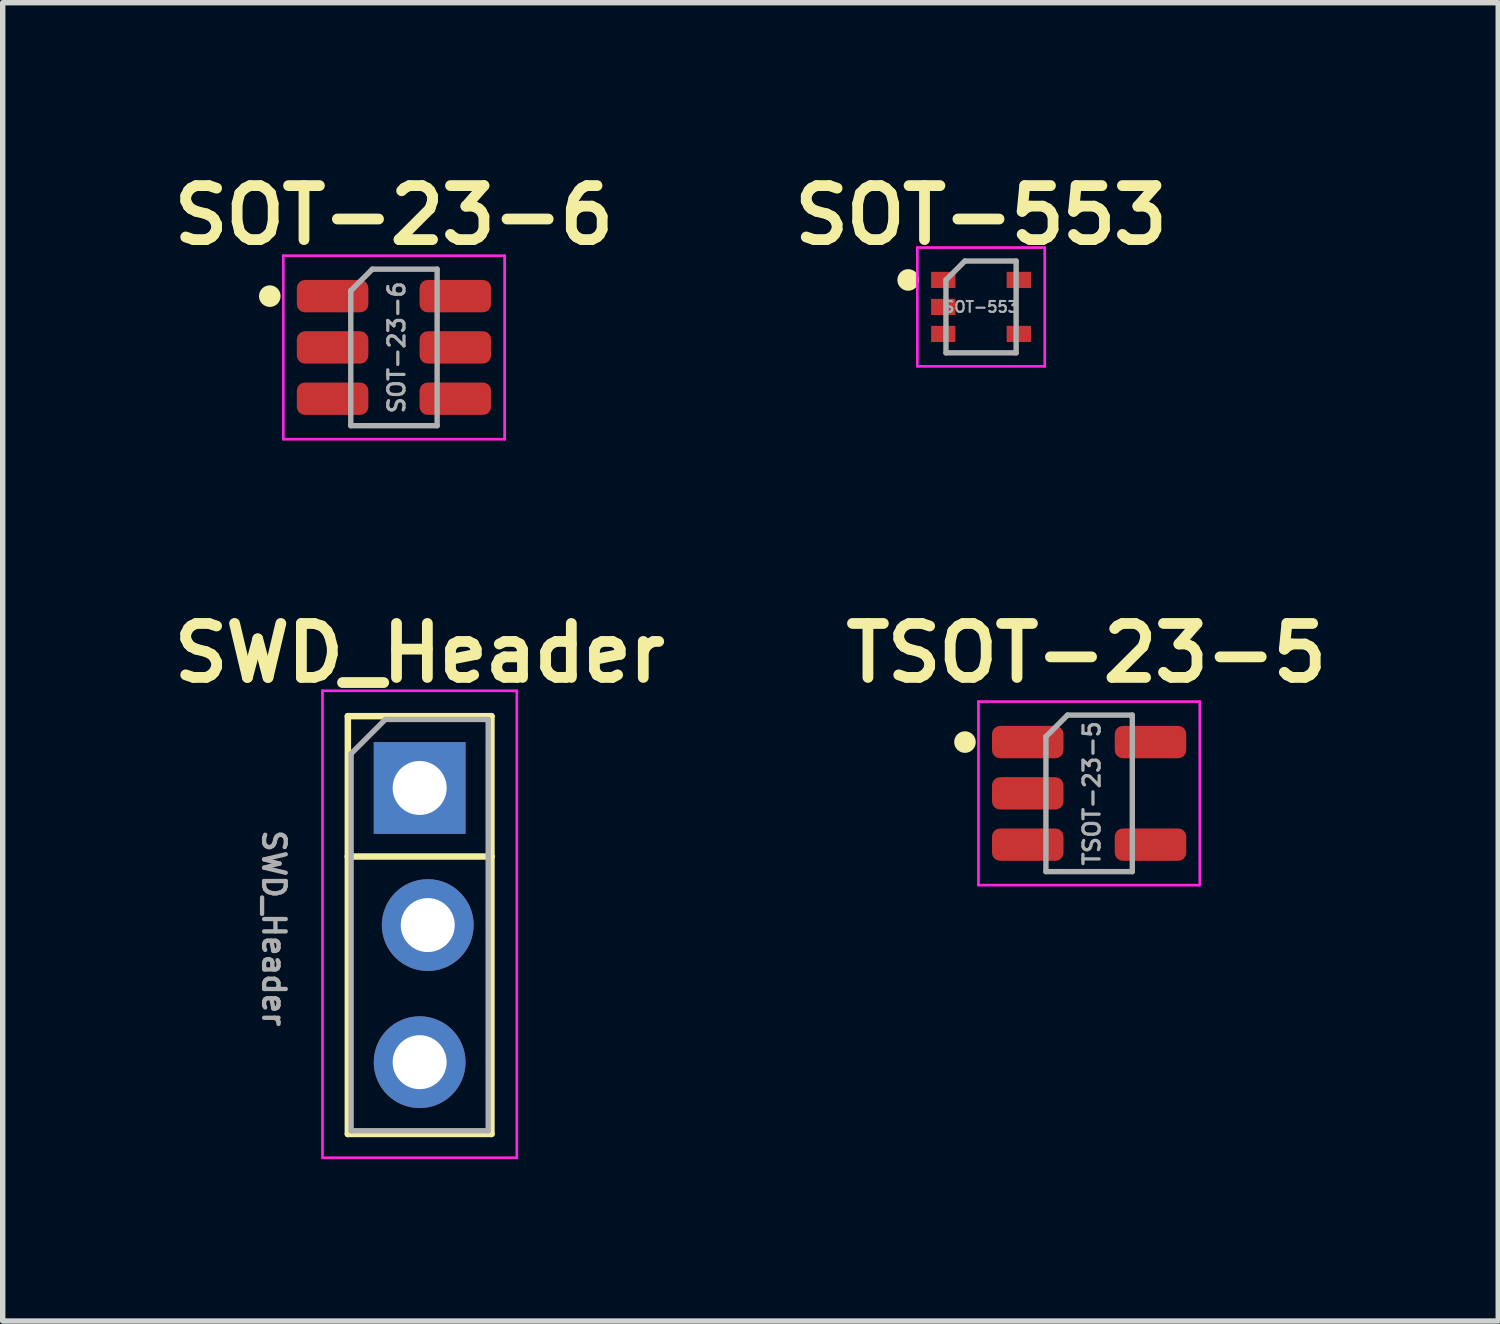
<source format=kicad_pcb>
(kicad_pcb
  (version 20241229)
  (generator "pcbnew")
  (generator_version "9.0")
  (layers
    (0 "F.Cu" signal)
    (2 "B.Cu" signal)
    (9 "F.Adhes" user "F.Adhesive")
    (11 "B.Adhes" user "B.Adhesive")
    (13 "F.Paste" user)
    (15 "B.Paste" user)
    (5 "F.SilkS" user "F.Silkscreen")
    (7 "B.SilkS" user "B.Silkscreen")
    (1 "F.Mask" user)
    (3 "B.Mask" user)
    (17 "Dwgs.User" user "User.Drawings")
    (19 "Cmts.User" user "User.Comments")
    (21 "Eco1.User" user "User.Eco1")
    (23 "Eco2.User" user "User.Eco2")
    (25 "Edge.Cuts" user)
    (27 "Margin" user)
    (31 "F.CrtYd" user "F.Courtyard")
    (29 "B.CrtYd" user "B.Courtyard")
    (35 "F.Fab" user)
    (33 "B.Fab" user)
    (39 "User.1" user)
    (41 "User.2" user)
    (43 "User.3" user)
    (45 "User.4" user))
  (footprint "SWD_Header"
    (layer "F.Cu")
    (at 4.724 11.547)
    (property "Reference" "SWD_Header" (at 0 -2.5 0) (unlocked yes) (layer "F.SilkS") (effects (font (size 1 1) (thickness 0.2))))
    (attr through_hole)
    (fp_line (start -1.33 -1.33) (end -1.33 1.27) (stroke (width 0.12) (type solid)) (layer "F.SilkS"))
    (fp_line (start -1.33 -1.33) (end 1.33 -1.33) (stroke (width 0.12) (type solid)) (layer "F.SilkS"))
    (fp_line (start -1.33 1.27) (end -1.33 6.41) (stroke (width 0.12) (type solid)) (layer "F.SilkS"))
    (fp_line (start -1.33 1.27) (end 1.33 1.27) (stroke (width 0.12) (type solid)) (layer "F.SilkS"))
    (fp_line (start -1.33 6.41) (end 1.33 6.41) (stroke (width 0.12) (type solid)) (layer "F.SilkS"))
    (fp_line (start 1.33 1.27) (end 1.33 -1.33) (stroke (width 0.12) (type solid)) (layer "F.SilkS"))
    (fp_line (start 1.33 1.27) (end 1.33 6.41) (stroke (width 0.12) (type solid)) (layer "F.SilkS"))
    (fp_line (start -1.8 -1.8) (end -1.8 6.85) (stroke (width 0.05) (type solid)) (layer "F.CrtYd"))
    (fp_line (start -1.8 6.85) (end 1.8 6.85) (stroke (width 0.05) (type solid)) (layer "F.CrtYd"))
    (fp_line (start 1.8 -1.8) (end -1.8 -1.8) (stroke (width 0.05) (type solid)) (layer "F.CrtYd"))
    (fp_line (start 1.8 6.85) (end 1.8 -1.8) (stroke (width 0.05) (type solid)) (layer "F.CrtYd"))
    (fp_line (start -1.27 -0.635) (end -0.635 -1.27) (stroke (width 0.1) (type solid)) (layer "F.Fab"))
    (fp_line (start -1.27 6.35) (end -1.27 -0.635) (stroke (width 0.1) (type solid)) (layer "F.Fab"))
    (fp_line (start -0.635 -1.27) (end 1.27 -1.27) (stroke (width 0.1) (type solid)) (layer "F.Fab"))
    (fp_line (start 1.27 -1.27) (end 1.27 6.35) (stroke (width 0.1) (type solid)) (layer "F.Fab"))
    (fp_line (start 1.27 6.35) (end -1.27 6.35) (stroke (width 0.1) (type solid)) (layer "F.Fab"))
    (fp_text user "${REFERENCE}" (at -2.7 2.6 270) (unlocked yes) (layer "F.Fab") (effects (font (size 0.4 0.4) (thickness 0.08))))
    (pad "1" thru_hole rect (at 0 0) (size 1.7 1.7) (drill 1) (layers "*.Cu" "F.Mask"))
    (pad "2" thru_hole oval (at 0.15 2.54) (size 1.7 1.7) (drill 1) (layers "*.Cu" "F.Mask"))
    (pad "3" thru_hole oval (at 0 5.08) (size 1.7 1.7) (drill 1) (layers "*.Cu" "F.Mask")))
  (footprint "SOT-23-6"
    (layer "F.Cu")
    (at 4.248 3.386)
    (property "Reference" "SOT-23-6" (at 0 -2.45 0) (unlocked yes) (layer "F.SilkS") (effects (font (size 1 1) (thickness 0.2))))
    (attr smd)
    (fp_circle (center -2.3 -0.95) (end -2.15 -0.95) (stroke (width 0.1) (type solid)) (fill yes) (layer "F.SilkS"))
    (fp_line (start -2.05 -1.7) (end -2.05 1.7) (stroke (width 0.05) (type solid)) (layer "F.CrtYd"))
    (fp_line (start -2.05 1.7) (end 2.05 1.7) (stroke (width 0.05) (type solid)) (layer "F.CrtYd"))
    (fp_line (start 2.05 -1.7) (end -2.05 -1.7) (stroke (width 0.05) (type solid)) (layer "F.CrtYd"))
    (fp_line (start 2.05 1.7) (end 2.05 -1.7) (stroke (width 0.05) (type solid)) (layer "F.CrtYd"))
    (fp_line (start -0.8 -1.05) (end -0.4 -1.45) (stroke (width 0.1) (type solid)) (layer "F.Fab"))
    (fp_line (start -0.8 1.45) (end -0.8 -1.05) (stroke (width 0.1) (type solid)) (layer "F.Fab"))
    (fp_line (start -0.4 -1.45) (end 0.8 -1.45) (stroke (width 0.1) (type solid)) (layer "F.Fab"))
    (fp_line (start 0.8 -1.45) (end 0.8 1.45) (stroke (width 0.1) (type solid)) (layer "F.Fab"))
    (fp_line (start 0.8 1.45) (end -0.8 1.45) (stroke (width 0.1) (type solid)) (layer "F.Fab"))
    (fp_text user "${REFERENCE}" (at 0.05 0 90) (unlocked yes) (layer "F.Fab") (effects (font (size 0.3 0.3) (thickness 0.06))))
    (pad "1" smd roundrect (at -1.137 -0.95) (size 1.325 0.6) (layers "F.Cu" "F.Mask" "F.Paste") (roundrect_rratio 0.25))
    (pad "2" smd roundrect (at -1.137 0) (size 1.325 0.6) (layers "F.Cu" "F.Mask" "F.Paste") (roundrect_rratio 0.25))
    (pad "3" smd roundrect (at -1.137 0.95) (size 1.325 0.6) (layers "F.Cu" "F.Mask" "F.Paste") (roundrect_rratio 0.25))
    (pad "4" smd roundrect (at 1.137 0.95) (size 1.325 0.6) (layers "F.Cu" "F.Mask" "F.Paste") (roundrect_rratio 0.25))
    (pad "5" smd roundrect (at 1.137 0) (size 1.325 0.6) (layers "F.Cu" "F.Mask" "F.Paste") (roundrect_rratio 0.25))
    (pad "6" smd roundrect (at 1.137 -0.95) (size 1.325 0.6) (layers "F.Cu" "F.Mask" "F.Paste") (roundrect_rratio 0.25)))
  (footprint "SOT-553"
    (layer "F.Cu")
    (at 15.124 2.636)
    (property "Reference" "SOT-553" (at 0 -1.7 0) (unlocked yes) (layer "F.SilkS") (effects (font (size 1 1) (thickness 0.2))))
    (attr smd)
    (fp_circle (center -1.35 -0.5) (end -1.2 -0.5) (stroke (width 0.1) (type solid)) (fill yes) (layer "F.SilkS"))
    (fp_line (start -1.18 -1.1) (end -1.18 1.1) (stroke (width 0.05) (type solid)) (layer "F.CrtYd"))
    (fp_line (start -1.18 -1.1) (end 1.18 -1.1) (stroke (width 0.05) (type solid)) (layer "F.CrtYd"))
    (fp_line (start 1.18 1.1) (end -1.18 1.1) (stroke (width 0.05) (type solid)) (layer "F.CrtYd"))
    (fp_line (start 1.18 1.1) (end 1.18 -1.1) (stroke (width 0.05) (type solid)) (layer "F.CrtYd"))
    (fp_line (start -0.65 -0.5) (end -0.65 0.85) (stroke (width 0.1) (type solid)) (layer "F.Fab"))
    (fp_line (start -0.65 -0.5) (end -0.3 -0.85) (stroke (width 0.1) (type solid)) (layer "F.Fab"))
    (fp_line (start -0.65 0.85) (end 0.65 0.85) (stroke (width 0.1) (type solid)) (layer "F.Fab"))
    (fp_line (start 0.65 -0.85) (end -0.3 -0.85) (stroke (width 0.1) (type solid)) (layer "F.Fab"))
    (fp_line (start 0.65 0.85) (end 0.65 -0.85) (stroke (width 0.1) (type solid)) (layer "F.Fab"))
    (fp_text user "${REFERENCE}" (at 0 0 0) (unlocked yes) (layer "F.Fab") (effects (font (size 0.2 0.2) (thickness 0.04))))
    (pad "1" smd rect (at -0.7 -0.5) (size 0.45 0.3) (layers "F.Cu" "F.Mask" "F.Paste"))
    (pad "2" smd rect (at -0.7 0) (size 0.45 0.3) (layers "F.Cu" "F.Mask" "F.Paste"))
    (pad "3" smd rect (at -0.7 0.5) (size 0.45 0.3) (layers "F.Cu" "F.Mask" "F.Paste"))
    (pad "4" smd rect (at 0.7 0.5) (size 0.45 0.3) (layers "F.Cu" "F.Mask" "F.Paste"))
    (pad "5" smd rect (at 0.7 -0.5) (size 0.45 0.3) (layers "F.Cu" "F.Mask" "F.Paste")))
  (footprint "TSOT-23-5"
    (layer "F.Cu")
    (at 17.126 11.647)
    (property "Reference" "TSOT-23-5" (at -0.05 -2.6 0) (unlocked yes) (layer "F.SilkS") (effects (font (size 1 1) (thickness 0.2))))
    (attr smd)
    (fp_circle (center -2.3 -0.95) (end -2.15 -0.95) (stroke (width 0.1) (type solid)) (fill yes) (layer "F.SilkS"))
    (fp_line (start -2.05 -1.7) (end -2.05 1.7) (stroke (width 0.05) (type solid)) (layer "F.CrtYd"))
    (fp_line (start -2.05 1.7) (end 2.05 1.7) (stroke (width 0.05) (type solid)) (layer "F.CrtYd"))
    (fp_line (start 2.05 -1.7) (end -2.05 -1.7) (stroke (width 0.05) (type solid)) (layer "F.CrtYd"))
    (fp_line (start 2.05 1.7) (end 2.05 -1.7) (stroke (width 0.05) (type solid)) (layer "F.CrtYd"))
    (fp_line (start -0.8 -1.05) (end -0.4 -1.45) (stroke (width 0.1) (type solid)) (layer "F.Fab"))
    (fp_line (start -0.8 1.45) (end -0.8 -1.05) (stroke (width 0.1) (type solid)) (layer "F.Fab"))
    (fp_line (start -0.4 -1.45) (end 0.8 -1.45) (stroke (width 0.1) (type solid)) (layer "F.Fab"))
    (fp_line (start 0.8 -1.45) (end 0.8 1.45) (stroke (width 0.1) (type solid)) (layer "F.Fab"))
    (fp_line (start 0.8 1.45) (end -0.8 1.45) (stroke (width 0.1) (type solid)) (layer "F.Fab"))
    (fp_text user "${REFERENCE}" (at 0.05 0 90) (unlocked yes) (layer "F.Fab") (effects (font (size 0.3 0.3) (thickness 0.06))))
    (pad "1" smd roundrect (at -1.137 -0.95) (size 1.325 0.6) (layers "F.Cu" "F.Mask" "F.Paste") (roundrect_rratio 0.25))
    (pad "2" smd roundrect (at -1.137 0) (size 1.325 0.6) (layers "F.Cu" "F.Mask" "F.Paste") (roundrect_rratio 0.25))
    (pad "3" smd roundrect (at -1.137 0.95) (size 1.325 0.6) (layers "F.Cu" "F.Mask" "F.Paste") (roundrect_rratio 0.25))
    (pad "4" smd roundrect (at 1.137 0.95) (size 1.325 0.6) (layers "F.Cu" "F.Mask" "F.Paste") (roundrect_rratio 0.25))
    (pad "5" smd roundrect (at 1.137 -0.95) (size 1.325 0.6) (layers "F.Cu" "F.Mask" "F.Paste") (roundrect_rratio 0.25)))
  (gr_rect
    (start -3 -3)
    (end 24.705 21.422)
    (stroke (width 0.1) (type default))
    (fill no)
    (layer "Edge.Cuts")))
</source>
